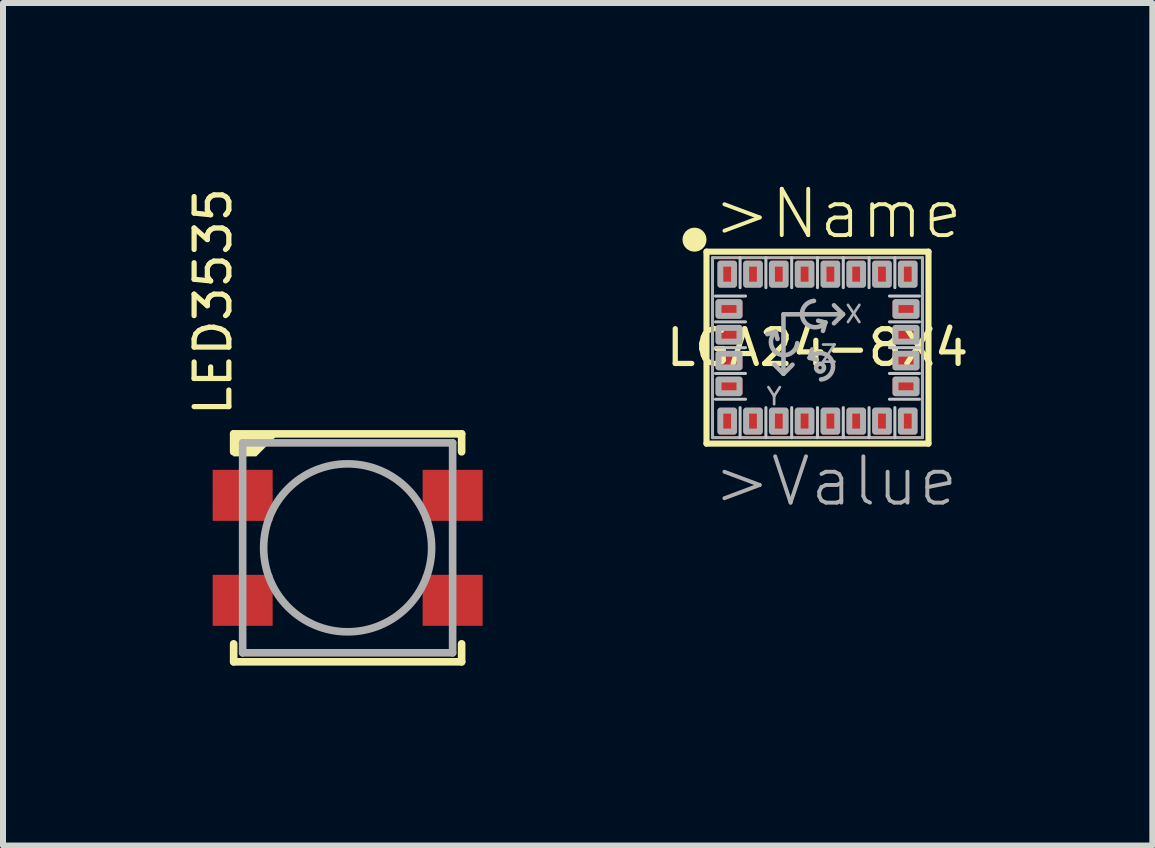
<source format=kicad_pcb>
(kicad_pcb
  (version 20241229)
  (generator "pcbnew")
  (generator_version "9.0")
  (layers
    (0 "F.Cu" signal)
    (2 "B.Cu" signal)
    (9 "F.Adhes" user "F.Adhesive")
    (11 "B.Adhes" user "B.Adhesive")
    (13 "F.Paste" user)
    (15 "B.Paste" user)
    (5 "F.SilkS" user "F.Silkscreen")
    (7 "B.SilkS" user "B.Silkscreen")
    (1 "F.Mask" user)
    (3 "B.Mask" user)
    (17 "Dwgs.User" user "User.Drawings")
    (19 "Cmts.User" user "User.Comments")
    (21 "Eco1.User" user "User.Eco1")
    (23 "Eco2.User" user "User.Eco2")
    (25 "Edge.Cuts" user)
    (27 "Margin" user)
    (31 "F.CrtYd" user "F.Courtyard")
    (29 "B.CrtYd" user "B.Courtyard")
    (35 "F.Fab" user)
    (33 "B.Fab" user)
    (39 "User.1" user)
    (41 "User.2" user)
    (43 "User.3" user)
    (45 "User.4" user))
  (footprint "LGA24-8X4"
    (layer "F.Cu")
    (at 10.577 2.745)
    (property "Reference" "LGA24-8X4" (at 0 0 180) (layer "F.SilkS") (effects (font (size 0.579 0.579) (thickness 0.087))))
    (attr through_hole)
    (fp_line (start -1.85 -1.6) (end 1.85 -1.6) (stroke (width 0.102) (type solid)) (layer "F.SilkS"))
    (fp_line (start -1.85 1.6) (end -1.85 -1.6) (stroke (width 0.102) (type solid)) (layer "F.SilkS"))
    (fp_line (start 1.85 -1.6) (end 1.85 1.6) (stroke (width 0.102) (type solid)) (layer "F.SilkS"))
    (fp_line (start 1.85 1.6) (end -1.85 1.6) (stroke (width 0.102) (type solid)) (layer "F.SilkS"))
    (fp_circle (center -2.05 -1.8) (end -1.95 -1.8) (stroke (width 0.2) (type solid)) (fill no) (layer "F.SilkS"))
    (fp_line (start -1.7 -0.86) (end -1.2 -0.86) (stroke (width 0.051) (type solid)) (layer "Dwgs.User"))
    (fp_line (start -1.7 -0.43) (end -1.2 -0.43) (stroke (width 0.051) (type solid)) (layer "Dwgs.User"))
    (fp_line (start -1.7 0) (end -1.2 0) (stroke (width 0.051) (type solid)) (layer "Dwgs.User"))
    (fp_line (start -1.7 0.43) (end -1.2 0.43) (stroke (width 0.051) (type solid)) (layer "Dwgs.User"))
    (fp_line (start -1.7 0.86) (end -1.2 0.86) (stroke (width 0.051) (type solid)) (layer "Dwgs.User"))
    (fp_line (start -1.29 -1.5) (end -1.29 -1) (stroke (width 0.051) (type solid)) (layer "Dwgs.User"))
    (fp_line (start -1.29 1.5) (end -1.29 1) (stroke (width 0.051) (type solid)) (layer "Dwgs.User"))
    (fp_line (start -0.86 -1.5) (end -0.86 -1) (stroke (width 0.051) (type solid)) (layer "Dwgs.User"))
    (fp_line (start -0.86 1.5) (end -0.86 1) (stroke (width 0.051) (type solid)) (layer "Dwgs.User"))
    (fp_line (start -0.43 -1.5) (end -0.43 -1) (stroke (width 0.051) (type solid)) (layer "Dwgs.User"))
    (fp_line (start -0.43 1.5) (end -0.43 1) (stroke (width 0.051) (type solid)) (layer "Dwgs.User"))
    (fp_line (start 0 -1.5) (end 0 -1) (stroke (width 0.051) (type solid)) (layer "Dwgs.User"))
    (fp_line (start 0 1.5) (end 0 1) (stroke (width 0.051) (type solid)) (layer "Dwgs.User"))
    (fp_line (start 0.43 -1.5) (end 0.43 -1) (stroke (width 0.051) (type solid)) (layer "Dwgs.User"))
    (fp_line (start 0.43 1.5) (end 0.43 1) (stroke (width 0.051) (type solid)) (layer "Dwgs.User"))
    (fp_line (start 0.86 -1.5) (end 0.86 -1) (stroke (width 0.051) (type solid)) (layer "Dwgs.User"))
    (fp_line (start 0.86 1.5) (end 0.86 1) (stroke (width 0.051) (type solid)) (layer "Dwgs.User"))
    (fp_line (start 1.29 -1.5) (end 1.29 -1) (stroke (width 0.051) (type solid)) (layer "Dwgs.User"))
    (fp_line (start 1.29 1.5) (end 1.29 1) (stroke (width 0.051) (type solid)) (layer "Dwgs.User"))
    (fp_line (start 1.7 -0.86) (end 1.2 -0.86) (stroke (width 0.051) (type solid)) (layer "Dwgs.User"))
    (fp_line (start 1.7 -0.43) (end 1.2 -0.43) (stroke (width 0.051) (type solid)) (layer "Dwgs.User"))
    (fp_line (start 1.7 0) (end 1.2 0) (stroke (width 0.051) (type solid)) (layer "Dwgs.User"))
    (fp_line (start 1.7 0.43) (end 1.2 0.43) (stroke (width 0.051) (type solid)) (layer "Dwgs.User"))
    (fp_line (start 1.7 0.86) (end 1.2 0.86) (stroke (width 0.051) (type solid)) (layer "Dwgs.User"))
    (fp_line (start -1.75 -1.5) (end 1.75 -1.5) (stroke (width 0.051) (type solid)) (layer "F.Fab"))
    (fp_line (start -1.75 1.5) (end -1.75 -1.5) (stroke (width 0.051) (type solid)) (layer "F.Fab"))
    (fp_line (start -0.697 -0.265) (end -0.837 -0.225) (stroke (width 0.076) (type solid)) (layer "F.Fab"))
    (fp_line (start -0.697 -0.265) (end -0.667 -0.145) (stroke (width 0.076) (type solid)) (layer "F.Fab"))
    (fp_line (start -0.567 0.432) (end -0.567 -0.556) (stroke (width 0.076) (type solid)) (layer "F.Fab"))
    (fp_line (start -0.567 0.435) (end -0.717 0.285) (stroke (width 0.076) (type solid)) (layer "F.Fab"))
    (fp_line (start -0.567 0.435) (end -0.417 0.285) (stroke (width 0.076) (type solid)) (layer "F.Fab"))
    (fp_line (start -0.13 0.17) (end -0.09 0.03) (stroke (width 0.076) (type solid)) (layer "F.Fab"))
    (fp_line (start -0.13 0.17) (end -0.01 0.2) (stroke (width 0.076) (type solid)) (layer "F.Fab"))
    (fp_line (start 0.131 -0.419) (end 0.011 -0.449) (stroke (width 0.076) (type solid)) (layer "F.Fab"))
    (fp_line (start 0.131 -0.419) (end 0.091 -0.279) (stroke (width 0.076) (type solid)) (layer "F.Fab"))
    (fp_line (start 0.425 -0.556) (end -0.567 -0.556) (stroke (width 0.076) (type solid)) (layer "F.Fab"))
    (fp_line (start 0.425 -0.556) (end 0.275 -0.706) (stroke (width 0.076) (type solid)) (layer "F.Fab"))
    (fp_line (start 0.425 -0.556) (end 0.275 -0.406) (stroke (width 0.076) (type solid)) (layer "F.Fab"))
    (fp_line (start 1.75 -1.5) (end 1.75 1.5) (stroke (width 0.051) (type solid)) (layer "F.Fab"))
    (fp_line (start 1.75 1.5) (end -1.75 1.5) (stroke (width 0.051) (type solid)) (layer "F.Fab"))
    (fp_arc (start -0.337 -0.075) (mid -0.659177 0.09939) (end -0.697 -0.264999) (stroke (width 0.0762) (type solid)) (layer "F.Fab"))
    (fp_arc (start -0.130001 0.169999) (mid 0.234389 0.207821) (end 0.06 0.53) (stroke (width 0.0762) (type solid)) (layer "F.Fab"))
    (fp_arc (start 0.131401 -0.419399) (mid -0.232989 -0.457221) (end -0.0586 -0.7794) (stroke (width 0.0762) (type solid)) (layer "F.Fab"))
    (fp_circle (center 0.043 0.334) (end 0.071 0.334) (stroke (width 0.076) (type solid)) (fill no) (layer "F.Fab"))
    (fp_poly (pts (xy -1.65 -0.53) (xy -1.3 -0.53) (xy -1.3 -0.76) (xy -1.65 -0.76)) (stroke (width 0.1) (type solid)) (fill no) (layer "F.Fab"))
    (fp_poly (pts (xy -1.65 -0.1) (xy -1.3 -0.1) (xy -1.3 -0.33) (xy -1.65 -0.33)) (stroke (width 0.1) (type solid)) (fill no) (layer "F.Fab"))
    (fp_poly (pts (xy -1.65 0.33) (xy -1.3 0.33) (xy -1.3 0.1) (xy -1.65 0.1)) (stroke (width 0.1) (type solid)) (fill no) (layer "F.Fab"))
    (fp_poly (pts (xy -1.65 0.76) (xy -1.3 0.76) (xy -1.3 0.53) (xy -1.65 0.53)) (stroke (width 0.1) (type solid)) (fill no) (layer "F.Fab"))
    (fp_poly (pts (xy -1.62 -1.05) (xy -1.39 -1.05) (xy -1.39 -1.4) (xy -1.62 -1.4)) (stroke (width 0.1) (type solid)) (fill no) (layer "F.Fab"))
    (fp_poly (pts (xy -1.39 1.05) (xy -1.62 1.05) (xy -1.62 1.4) (xy -1.39 1.4)) (stroke (width 0.1) (type solid)) (fill no) (layer "F.Fab"))
    (fp_poly (pts (xy -1.19 -1.05) (xy -0.96 -1.05) (xy -0.96 -1.4) (xy -1.19 -1.4)) (stroke (width 0.1) (type solid)) (fill no) (layer "F.Fab"))
    (fp_poly (pts (xy -0.96 1.05) (xy -1.19 1.05) (xy -1.19 1.4) (xy -0.96 1.4)) (stroke (width 0.1) (type solid)) (fill no) (layer "F.Fab"))
    (fp_poly (pts (xy -0.76 -1.05) (xy -0.53 -1.05) (xy -0.53 -1.4) (xy -0.76 -1.4)) (stroke (width 0.1) (type solid)) (fill no) (layer "F.Fab"))
    (fp_poly (pts (xy -0.53 1.05) (xy -0.76 1.05) (xy -0.76 1.4) (xy -0.53 1.4)) (stroke (width 0.1) (type solid)) (fill no) (layer "F.Fab"))
    (fp_poly (pts (xy -0.33 -1.05) (xy -0.1 -1.05) (xy -0.1 -1.4) (xy -0.33 -1.4)) (stroke (width 0.1) (type solid)) (fill no) (layer "F.Fab"))
    (fp_poly (pts (xy -0.1 1.05) (xy -0.33 1.05) (xy -0.33 1.4) (xy -0.1 1.4)) (stroke (width 0.1) (type solid)) (fill no) (layer "F.Fab"))
    (fp_poly (pts (xy 0.1 -1.05) (xy 0.33 -1.05) (xy 0.33 -1.4) (xy 0.1 -1.4)) (stroke (width 0.1) (type solid)) (fill no) (layer "F.Fab"))
    (fp_poly (pts (xy 0.33 1.05) (xy 0.1 1.05) (xy 0.1 1.4) (xy 0.33 1.4)) (stroke (width 0.1) (type solid)) (fill no) (layer "F.Fab"))
    (fp_poly (pts (xy 0.53 -1.05) (xy 0.76 -1.05) (xy 0.76 -1.4) (xy 0.53 -1.4)) (stroke (width 0.1) (type solid)) (fill no) (layer "F.Fab"))
    (fp_poly (pts (xy 0.76 1.05) (xy 0.53 1.05) (xy 0.53 1.4) (xy 0.76 1.4)) (stroke (width 0.1) (type solid)) (fill no) (layer "F.Fab"))
    (fp_poly (pts (xy 0.96 -1.05) (xy 1.19 -1.05) (xy 1.19 -1.4) (xy 0.96 -1.4)) (stroke (width 0.1) (type solid)) (fill no) (layer "F.Fab"))
    (fp_poly (pts (xy 1.19 1.05) (xy 0.96 1.05) (xy 0.96 1.4) (xy 1.19 1.4)) (stroke (width 0.1) (type solid)) (fill no) (layer "F.Fab"))
    (fp_poly (pts (xy 1.39 -1.05) (xy 1.62 -1.05) (xy 1.62 -1.4) (xy 1.39 -1.4)) (stroke (width 0.1) (type solid)) (fill no) (layer "F.Fab"))
    (fp_poly (pts (xy 1.62 1.05) (xy 1.39 1.05) (xy 1.39 1.4) (xy 1.62 1.4)) (stroke (width 0.1) (type solid)) (fill no) (layer "F.Fab"))
    (fp_poly (pts (xy 1.65 -0.76) (xy 1.3 -0.76) (xy 1.3 -0.53) (xy 1.65 -0.53)) (stroke (width 0.1) (type solid)) (fill no) (layer "F.Fab"))
    (fp_poly (pts (xy 1.65 -0.33) (xy 1.3 -0.33) (xy 1.3 -0.1) (xy 1.65 -0.1)) (stroke (width 0.1) (type solid)) (fill no) (layer "F.Fab"))
    (fp_poly (pts (xy 1.65 0.1) (xy 1.3 0.1) (xy 1.3 0.33) (xy 1.65 0.33)) (stroke (width 0.1) (type solid)) (fill no) (layer "F.Fab"))
    (fp_poly (pts (xy 1.65 0.53) (xy 1.3 0.53) (xy 1.3 0.76) (xy 1.65 0.76)) (stroke (width 0.1) (type solid)) (fill no) (layer "F.Fab"))
    (fp_text user ">Name" (at -1.778 -1.778 0) (layer "F.SilkS") (effects (font (size 0.772 0.772) (thickness 0.065)) (justify left bottom)))
    (fp_text user "X" (at 0.603 -0.557 0) (layer "F.Fab") (effects (font (size 0.285 0.285) (thickness 0.045))))
    (fp_text user "Y" (at -0.571 0.647 0) (layer "F.Fab") (effects (font (size 0.285 0.285) (thickness 0.045)) (justify right top)))
    (fp_text user "Z" (at 0.354 -0.063 0) (layer "F.Fab") (effects (font (size 0.285 0.285) (thickness 0.045)) (justify right top)))
    (fp_text user ">Value" (at -1.778 1.778 0) (layer "F.Fab") (effects (font (size 0.772 0.772) (thickness 0.065)) (justify left top)))
    (pad "1" smd rect (at -1.505 -1.225 90) (size 0.45 0.27) (layers "F.Cu" "F.Mask" "F.Paste"))
    (pad "2" smd rect (at -1.475 -0.645 180) (size 0.45 0.27) (layers "F.Cu" "F.Mask" "F.Paste"))
    (pad "3" smd rect (at -1.475 -0.215 180) (size 0.45 0.27) (layers "F.Cu" "F.Mask" "F.Paste"))
    (pad "4" smd rect (at -1.475 0.215 180) (size 0.45 0.27) (layers "F.Cu" "F.Mask" "F.Paste"))
    (pad "5" smd rect (at -1.475 0.645 180) (size 0.45 0.27) (layers "F.Cu" "F.Mask" "F.Paste"))
    (pad "6" smd rect (at -1.505 1.225 270) (size 0.45 0.27) (layers "F.Cu" "F.Mask" "F.Paste"))
    (pad "7" smd rect (at -1.075 1.225 270) (size 0.45 0.27) (layers "F.Cu" "F.Mask" "F.Paste"))
    (pad "8" smd rect (at -0.645 1.225 270) (size 0.45 0.27) (layers "F.Cu" "F.Mask" "F.Paste"))
    (pad "9" smd rect (at -0.215 1.225 270) (size 0.45 0.27) (layers "F.Cu" "F.Mask" "F.Paste"))
    (pad "10" smd rect (at 0.215 1.225 270) (size 0.45 0.27) (layers "F.Cu" "F.Mask" "F.Paste"))
    (pad "11" smd rect (at 0.645 1.225 270) (size 0.45 0.27) (layers "F.Cu" "F.Mask" "F.Paste"))
    (pad "12" smd rect (at 1.075 1.225 270) (size 0.45 0.27) (layers "F.Cu" "F.Mask" "F.Paste"))
    (pad "13" smd rect (at 1.505 1.225 270) (size 0.45 0.27) (layers "F.Cu" "F.Mask" "F.Paste"))
    (pad "14" smd rect (at 1.475 0.645) (size 0.45 0.27) (layers "F.Cu" "F.Mask" "F.Paste"))
    (pad "15" smd rect (at 1.475 0.215) (size 0.45 0.27) (layers "F.Cu" "F.Mask" "F.Paste"))
    (pad "16" smd rect (at 1.475 -0.215) (size 0.45 0.27) (layers "F.Cu" "F.Mask" "F.Paste"))
    (pad "17" smd rect (at 1.475 -0.645) (size 0.45 0.27) (layers "F.Cu" "F.Mask" "F.Paste"))
    (pad "18" smd rect (at 1.505 -1.225 90) (size 0.45 0.27) (layers "F.Cu" "F.Mask" "F.Paste"))
    (pad "19" smd rect (at 1.075 -1.225 90) (size 0.45 0.27) (layers "F.Cu" "F.Mask" "F.Paste"))
    (pad "20" smd rect (at 0.645 -1.225 90) (size 0.45 0.27) (layers "F.Cu" "F.Mask" "F.Paste"))
    (pad "21" smd rect (at 0.215 -1.225 90) (size 0.45 0.27) (layers "F.Cu" "F.Mask" "F.Paste"))
    (pad "22" smd rect (at -0.215 -1.225 90) (size 0.45 0.27) (layers "F.Cu" "F.Mask" "F.Paste"))
    (pad "23" smd rect (at -0.645 -1.225 90) (size 0.45 0.27) (layers "F.Cu" "F.Mask" "F.Paste"))
    (pad "24" smd rect (at -1.075 -1.225 90) (size 0.45 0.27) (layers "F.Cu" "F.Mask" "F.Paste")))
  (footprint "LED3535"
    (layer "F.Cu")
    (at 2.745 6.082)
    (property "Reference" "LED3535" (at -1.905 -2.159 90) (layer "F.SilkS") (effects (font (size 0.579 0.579) (thickness 0.087)) (justify left bottom)))
    (attr through_hole)
    (fp_line (start -1.9 -1.9) (end 1.9 -1.9) (stroke (width 0.127) (type solid)) (layer "F.SilkS"))
    (fp_line (start -1.9 -1.6) (end -1.9 -1.9) (stroke (width 0.127) (type solid)) (layer "F.SilkS"))
    (fp_line (start -1.9 1.6) (end -1.9 1.9) (stroke (width 0.127) (type solid)) (layer "F.SilkS"))
    (fp_line (start -1.9 1.9) (end 1.9 1.9) (stroke (width 0.127) (type solid)) (layer "F.SilkS"))
    (fp_line (start 1.9 -1.9) (end 1.9 -1.6) (stroke (width 0.127) (type solid)) (layer "F.SilkS"))
    (fp_line (start 1.9 1.9) (end 1.9 1.6) (stroke (width 0.127) (type solid)) (layer "F.SilkS"))
    (fp_poly (pts (xy -1.905 -1.905) (xy -1.905 -1.524) (xy -1.524 -1.524) (xy -1.143 -1.905)) (stroke (width 0) (type solid)) (fill yes) (layer "F.SilkS"))
    (fp_line (start -1.75 -1.75) (end 1.75 -1.75) (stroke (width 0.127) (type solid)) (layer "F.Fab"))
    (fp_line (start -1.75 1.75) (end -1.75 -1.75) (stroke (width 0.127) (type solid)) (layer "F.Fab"))
    (fp_line (start 1.75 -1.75) (end 1.75 1.75) (stroke (width 0.127) (type solid)) (layer "F.Fab"))
    (fp_line (start 1.75 1.75) (end -1.75 1.75) (stroke (width 0.127) (type solid)) (layer "F.Fab"))
    (fp_circle (center 0 0) (end 1.4 0) (stroke (width 0.127) (type solid)) (fill no) (layer "F.Fab"))
    (pad "1" smd rect (at -1.75 -0.875 90) (size 0.85 1) (layers "F.Cu" "F.Mask" "F.Paste"))
    (pad "2" smd rect (at -1.75 0.875 90) (size 0.85 1) (layers "F.Cu" "F.Mask" "F.Paste"))
    (pad "3" smd rect (at 1.75 0.875 90) (size 0.85 1) (layers "F.Cu" "F.Mask" "F.Paste"))
    (pad "4" smd rect (at 1.75 -0.875 90) (size 0.85 1) (layers "F.Cu" "F.Mask" "F.Paste")))
  (gr_rect
    (start -3 -3)
    (end 16.159 11.045)
    (stroke (width 0.1) (type default))
    (fill no)
    (layer "Edge.Cuts")))
</source>
